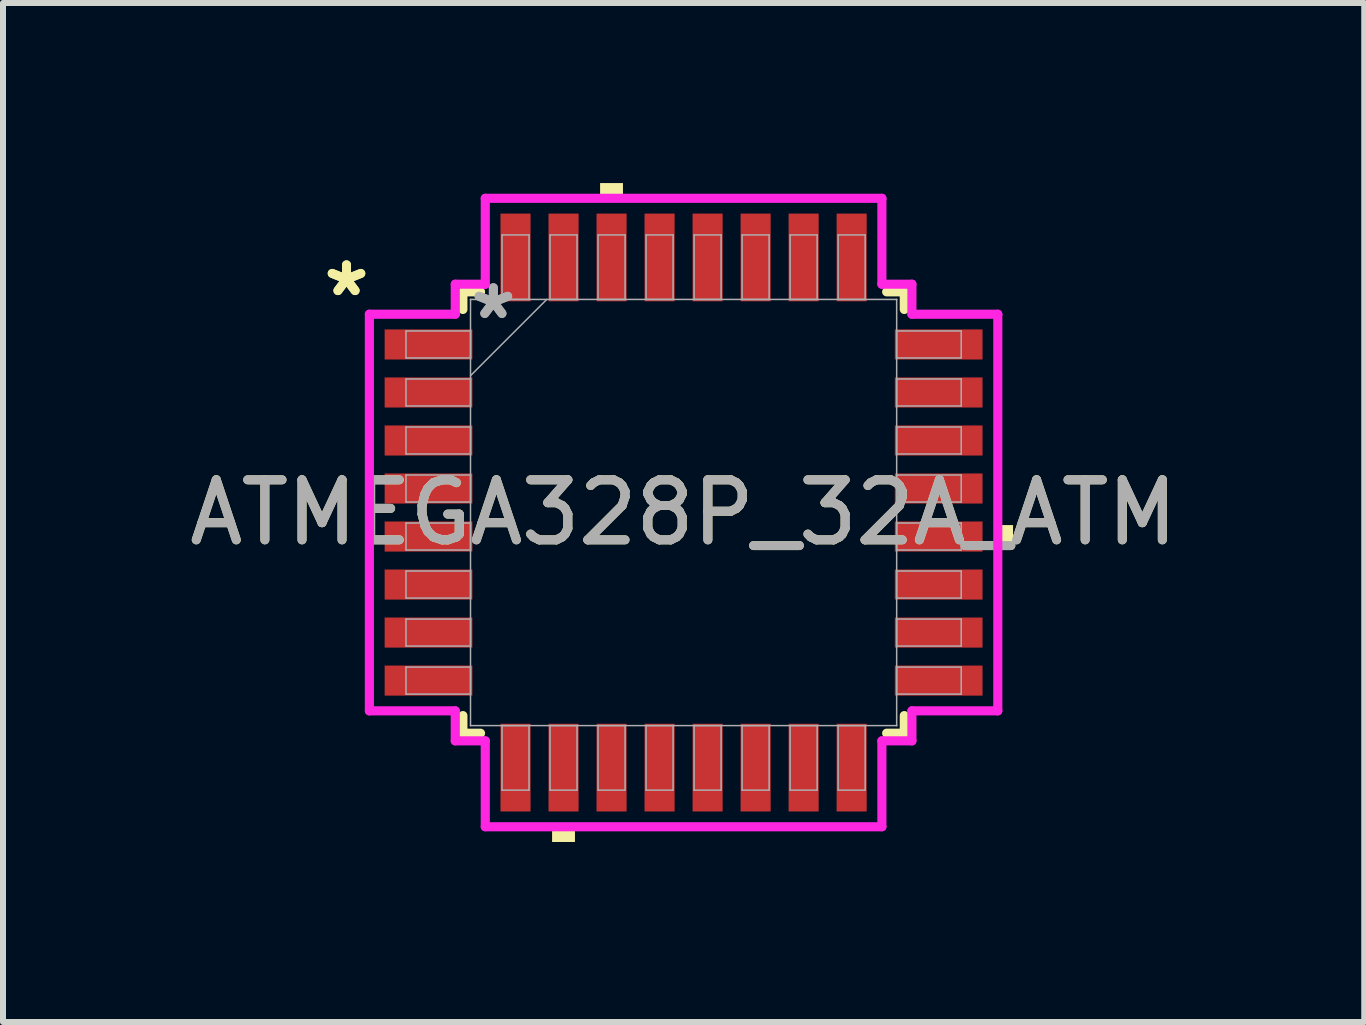
<source format=kicad_pcb>
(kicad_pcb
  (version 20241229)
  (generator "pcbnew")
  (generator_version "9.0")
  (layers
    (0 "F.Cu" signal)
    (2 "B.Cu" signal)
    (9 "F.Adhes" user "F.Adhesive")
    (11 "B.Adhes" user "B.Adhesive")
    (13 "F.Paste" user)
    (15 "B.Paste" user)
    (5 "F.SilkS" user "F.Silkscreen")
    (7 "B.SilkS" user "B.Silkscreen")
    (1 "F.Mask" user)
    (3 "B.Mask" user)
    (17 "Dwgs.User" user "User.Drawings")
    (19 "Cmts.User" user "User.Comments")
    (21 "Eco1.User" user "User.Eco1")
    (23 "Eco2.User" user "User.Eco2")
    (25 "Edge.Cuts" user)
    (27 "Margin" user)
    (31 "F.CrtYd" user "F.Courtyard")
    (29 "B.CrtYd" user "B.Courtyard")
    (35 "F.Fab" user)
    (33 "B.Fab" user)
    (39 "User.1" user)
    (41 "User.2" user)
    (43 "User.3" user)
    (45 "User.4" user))
  (footprint "ATMEGA328P_32A_ATM"
    (layer "F.Cu")
    (at 8.339 5.489)
    (property "Reference" "ATMEGA328P_32A_ATM" (at 0 0 0) (unlocked yes) (layer "F.SilkS") (effects (font (size 1 1) (thickness 0.15))))
    (attr smd)
    (fp_line (start -3.677 -3.677) (end -3.677 -3.383) (stroke (width 0.152) (type solid)) (layer "F.SilkS"))
    (fp_line (start -3.677 3.383) (end -3.677 3.677) (stroke (width 0.152) (type solid)) (layer "F.SilkS"))
    (fp_line (start -3.677 3.677) (end -3.383 3.677) (stroke (width 0.152) (type solid)) (layer "F.SilkS"))
    (fp_line (start -3.383 -3.677) (end -3.677 -3.677) (stroke (width 0.152) (type solid)) (layer "F.SilkS"))
    (fp_line (start 3.383 3.677) (end 3.677 3.677) (stroke (width 0.152) (type solid)) (layer "F.SilkS"))
    (fp_line (start 3.677 -3.677) (end 3.383 -3.677) (stroke (width 0.152) (type solid)) (layer "F.SilkS"))
    (fp_line (start 3.677 -3.383) (end 3.677 -3.677) (stroke (width 0.152) (type solid)) (layer "F.SilkS"))
    (fp_line (start 3.677 3.677) (end 3.677 3.383) (stroke (width 0.152) (type solid)) (layer "F.SilkS"))
    (fp_poly (pts (xy -2.191 5.235) (xy -2.191 5.489) (xy -1.81 5.489) (xy -1.81 5.235)) (stroke (width 0) (type solid)) (fill yes) (layer "F.SilkS"))
    (fp_poly (pts (xy -1.391 -5.235) (xy -1.391 -5.489) (xy -1.01 -5.489) (xy -1.01 -5.235)) (stroke (width 0) (type solid)) (fill yes) (layer "F.SilkS"))
    (fp_poly (pts (xy 5.489 0.209) (xy 5.489 0.59) (xy 5.235 0.59) (xy 5.235 0.209)) (stroke (width 0) (type solid)) (fill yes) (layer "F.SilkS"))
    (fp_line (start -5.235 -3.304) (end -3.804 -3.304) (stroke (width 0.152) (type solid)) (layer "F.CrtYd"))
    (fp_line (start -5.235 3.304) (end -5.235 -3.304) (stroke (width 0.152) (type solid)) (layer "F.CrtYd"))
    (fp_line (start -3.804 -3.804) (end -3.304 -3.804) (stroke (width 0.152) (type solid)) (layer "F.CrtYd"))
    (fp_line (start -3.804 -3.304) (end -3.804 -3.804) (stroke (width 0.152) (type solid)) (layer "F.CrtYd"))
    (fp_line (start -3.804 3.304) (end -5.235 3.304) (stroke (width 0.152) (type solid)) (layer "F.CrtYd"))
    (fp_line (start -3.804 3.804) (end -3.804 3.304) (stroke (width 0.152) (type solid)) (layer "F.CrtYd"))
    (fp_line (start -3.804 3.804) (end -3.304 3.804) (stroke (width 0.152) (type solid)) (layer "F.CrtYd"))
    (fp_line (start -3.304 -5.235) (end 3.304 -5.235) (stroke (width 0.152) (type solid)) (layer "F.CrtYd"))
    (fp_line (start -3.304 -3.804) (end -3.304 -5.235) (stroke (width 0.152) (type solid)) (layer "F.CrtYd"))
    (fp_line (start -3.304 3.804) (end -3.304 5.235) (stroke (width 0.152) (type solid)) (layer "F.CrtYd"))
    (fp_line (start -3.304 5.235) (end 3.304 5.235) (stroke (width 0.152) (type solid)) (layer "F.CrtYd"))
    (fp_line (start 3.304 -5.235) (end 3.304 -3.804) (stroke (width 0.152) (type solid)) (layer "F.CrtYd"))
    (fp_line (start 3.304 -3.804) (end 3.804 -3.804) (stroke (width 0.152) (type solid)) (layer "F.CrtYd"))
    (fp_line (start 3.304 3.804) (end 3.804 3.804) (stroke (width 0.152) (type solid)) (layer "F.CrtYd"))
    (fp_line (start 3.304 5.235) (end 3.304 3.804) (stroke (width 0.152) (type solid)) (layer "F.CrtYd"))
    (fp_line (start 3.804 -3.304) (end 3.804 -3.804) (stroke (width 0.152) (type solid)) (layer "F.CrtYd"))
    (fp_line (start 3.804 3.304) (end 5.235 3.304) (stroke (width 0.152) (type solid)) (layer "F.CrtYd"))
    (fp_line (start 3.804 3.804) (end 3.804 3.304) (stroke (width 0.152) (type solid)) (layer "F.CrtYd"))
    (fp_line (start 5.235 -3.304) (end 3.804 -3.304) (stroke (width 0.152) (type solid)) (layer "F.CrtYd"))
    (fp_line (start 5.235 3.304) (end 5.235 -3.304) (stroke (width 0.152) (type solid)) (layer "F.CrtYd"))
    (fp_line (start -4.625 -3.025) (end -4.625 -2.575) (stroke (width 0.025) (type solid)) (layer "F.Fab"))
    (fp_line (start -4.625 -2.575) (end -3.55 -2.575) (stroke (width 0.025) (type solid)) (layer "F.Fab"))
    (fp_line (start -4.625 -2.225) (end -4.625 -1.775) (stroke (width 0.025) (type solid)) (layer "F.Fab"))
    (fp_line (start -4.625 -1.775) (end -3.55 -1.775) (stroke (width 0.025) (type solid)) (layer "F.Fab"))
    (fp_line (start -4.625 -1.425) (end -4.625 -0.975) (stroke (width 0.025) (type solid)) (layer "F.Fab"))
    (fp_line (start -4.625 -0.975) (end -3.55 -0.975) (stroke (width 0.025) (type solid)) (layer "F.Fab"))
    (fp_line (start -4.625 -0.625) (end -4.625 -0.175) (stroke (width 0.025) (type solid)) (layer "F.Fab"))
    (fp_line (start -4.625 -0.175) (end -3.55 -0.175) (stroke (width 0.025) (type solid)) (layer "F.Fab"))
    (fp_line (start -4.625 0.175) (end -4.625 0.625) (stroke (width 0.025) (type solid)) (layer "F.Fab"))
    (fp_line (start -4.625 0.625) (end -3.55 0.625) (stroke (width 0.025) (type solid)) (layer "F.Fab"))
    (fp_line (start -4.625 0.975) (end -4.625 1.425) (stroke (width 0.025) (type solid)) (layer "F.Fab"))
    (fp_line (start -4.625 1.425) (end -3.55 1.425) (stroke (width 0.025) (type solid)) (layer "F.Fab"))
    (fp_line (start -4.625 1.775) (end -4.625 2.225) (stroke (width 0.025) (type solid)) (layer "F.Fab"))
    (fp_line (start -4.625 2.225) (end -3.55 2.225) (stroke (width 0.025) (type solid)) (layer "F.Fab"))
    (fp_line (start -4.625 2.575) (end -4.625 3.025) (stroke (width 0.025) (type solid)) (layer "F.Fab"))
    (fp_line (start -4.625 3.025) (end -3.55 3.025) (stroke (width 0.025) (type solid)) (layer "F.Fab"))
    (fp_line (start -3.55 -3.55) (end -3.55 -3.55) (stroke (width 0.025) (type solid)) (layer "F.Fab"))
    (fp_line (start -3.55 -3.55) (end -3.55 3.55) (stroke (width 0.025) (type solid)) (layer "F.Fab"))
    (fp_line (start -3.55 -3.025) (end -4.625 -3.025) (stroke (width 0.025) (type solid)) (layer "F.Fab"))
    (fp_line (start -3.55 -2.575) (end -3.55 -3.025) (stroke (width 0.025) (type solid)) (layer "F.Fab"))
    (fp_line (start -3.55 -2.28) (end -2.28 -3.55) (stroke (width 0.025) (type solid)) (layer "F.Fab"))
    (fp_line (start -3.55 -2.225) (end -4.625 -2.225) (stroke (width 0.025) (type solid)) (layer "F.Fab"))
    (fp_line (start -3.55 -1.775) (end -3.55 -2.225) (stroke (width 0.025) (type solid)) (layer "F.Fab"))
    (fp_line (start -3.55 -1.425) (end -4.625 -1.425) (stroke (width 0.025) (type solid)) (layer "F.Fab"))
    (fp_line (start -3.55 -0.975) (end -3.55 -1.425) (stroke (width 0.025) (type solid)) (layer "F.Fab"))
    (fp_line (start -3.55 -0.625) (end -4.625 -0.625) (stroke (width 0.025) (type solid)) (layer "F.Fab"))
    (fp_line (start -3.55 -0.175) (end -3.55 -0.625) (stroke (width 0.025) (type solid)) (layer "F.Fab"))
    (fp_line (start -3.55 0.175) (end -4.625 0.175) (stroke (width 0.025) (type solid)) (layer "F.Fab"))
    (fp_line (start -3.55 0.625) (end -3.55 0.175) (stroke (width 0.025) (type solid)) (layer "F.Fab"))
    (fp_line (start -3.55 0.975) (end -4.625 0.975) (stroke (width 0.025) (type solid)) (layer "F.Fab"))
    (fp_line (start -3.55 1.425) (end -3.55 0.975) (stroke (width 0.025) (type solid)) (layer "F.Fab"))
    (fp_line (start -3.55 1.775) (end -4.625 1.775) (stroke (width 0.025) (type solid)) (layer "F.Fab"))
    (fp_line (start -3.55 2.225) (end -3.55 1.775) (stroke (width 0.025) (type solid)) (layer "F.Fab"))
    (fp_line (start -3.55 2.575) (end -4.625 2.575) (stroke (width 0.025) (type solid)) (layer "F.Fab"))
    (fp_line (start -3.55 3.025) (end -3.55 2.575) (stroke (width 0.025) (type solid)) (layer "F.Fab"))
    (fp_line (start -3.55 3.55) (end -3.55 3.55) (stroke (width 0.025) (type solid)) (layer "F.Fab"))
    (fp_line (start -3.55 3.55) (end 3.55 3.55) (stroke (width 0.025) (type solid)) (layer "F.Fab"))
    (fp_line (start -3.025 -4.625) (end -3.025 -3.55) (stroke (width 0.025) (type solid)) (layer "F.Fab"))
    (fp_line (start -3.025 -3.55) (end -2.575 -3.55) (stroke (width 0.025) (type solid)) (layer "F.Fab"))
    (fp_line (start -3.025 3.55) (end -3.025 4.625) (stroke (width 0.025) (type solid)) (layer "F.Fab"))
    (fp_line (start -3.025 4.625) (end -2.575 4.625) (stroke (width 0.025) (type solid)) (layer "F.Fab"))
    (fp_line (start -2.575 3.55) (end -3.025 3.55) (stroke (width 0.025) (type solid)) (layer "F.Fab"))
    (fp_line (start -2.575 4.625) (end -2.575 3.55) (stroke (width 0.025) (type solid)) (layer "F.Fab"))
    (fp_line (start -2.575 -4.625) (end -3.025 -4.625) (stroke (width 0.025) (type solid)) (layer "F.Fab"))
    (fp_line (start -2.575 -3.55) (end -2.575 -4.625) (stroke (width 0.025) (type solid)) (layer "F.Fab"))
    (fp_line (start -2.225 -4.625) (end -2.225 -3.55) (stroke (width 0.025) (type solid)) (layer "F.Fab"))
    (fp_line (start -2.225 -3.55) (end -1.775 -3.55) (stroke (width 0.025) (type solid)) (layer "F.Fab"))
    (fp_line (start -2.225 3.55) (end -2.225 4.625) (stroke (width 0.025) (type solid)) (layer "F.Fab"))
    (fp_line (start -2.225 4.625) (end -1.775 4.625) (stroke (width 0.025) (type solid)) (layer "F.Fab"))
    (fp_line (start -1.775 -4.625) (end -2.225 -4.625) (stroke (width 0.025) (type solid)) (layer "F.Fab"))
    (fp_line (start -1.775 -3.55) (end -1.775 -4.625) (stroke (width 0.025) (type solid)) (layer "F.Fab"))
    (fp_line (start -1.775 3.55) (end -2.225 3.55) (stroke (width 0.025) (type solid)) (layer "F.Fab"))
    (fp_line (start -1.775 4.625) (end -1.775 3.55) (stroke (width 0.025) (type solid)) (layer "F.Fab"))
    (fp_line (start -1.425 -4.625) (end -1.425 -3.55) (stroke (width 0.025) (type solid)) (layer "F.Fab"))
    (fp_line (start -1.425 -3.55) (end -0.975 -3.55) (stroke (width 0.025) (type solid)) (layer "F.Fab"))
    (fp_line (start -1.425 3.55) (end -1.425 4.625) (stroke (width 0.025) (type solid)) (layer "F.Fab"))
    (fp_line (start -1.425 4.625) (end -0.975 4.625) (stroke (width 0.025) (type solid)) (layer "F.Fab"))
    (fp_line (start -0.975 -4.625) (end -1.425 -4.625) (stroke (width 0.025) (type solid)) (layer "F.Fab"))
    (fp_line (start -0.975 -3.55) (end -0.975 -4.625) (stroke (width 0.025) (type solid)) (layer "F.Fab"))
    (fp_line (start -0.975 3.55) (end -1.425 3.55) (stroke (width 0.025) (type solid)) (layer "F.Fab"))
    (fp_line (start -0.975 4.625) (end -0.975 3.55) (stroke (width 0.025) (type solid)) (layer "F.Fab"))
    (fp_line (start -0.625 -4.625) (end -0.625 -3.55) (stroke (width 0.025) (type solid)) (layer "F.Fab"))
    (fp_line (start -0.625 -3.55) (end -0.175 -3.55) (stroke (width 0.025) (type solid)) (layer "F.Fab"))
    (fp_line (start -0.625 3.55) (end -0.625 4.625) (stroke (width 0.025) (type solid)) (layer "F.Fab"))
    (fp_line (start -0.625 4.625) (end -0.175 4.625) (stroke (width 0.025) (type solid)) (layer "F.Fab"))
    (fp_line (start -0.175 -4.625) (end -0.625 -4.625) (stroke (width 0.025) (type solid)) (layer "F.Fab"))
    (fp_line (start -0.175 -3.55) (end -0.175 -4.625) (stroke (width 0.025) (type solid)) (layer "F.Fab"))
    (fp_line (start -0.175 3.55) (end -0.625 3.55) (stroke (width 0.025) (type solid)) (layer "F.Fab"))
    (fp_line (start -0.175 4.625) (end -0.175 3.55) (stroke (width 0.025) (type solid)) (layer "F.Fab"))
    (fp_line (start 0.175 -4.625) (end 0.175 -3.55) (stroke (width 0.025) (type solid)) (layer "F.Fab"))
    (fp_line (start 0.175 -3.55) (end 0.625 -3.55) (stroke (width 0.025) (type solid)) (layer "F.Fab"))
    (fp_line (start 0.175 3.55) (end 0.175 4.625) (stroke (width 0.025) (type solid)) (layer "F.Fab"))
    (fp_line (start 0.175 4.625) (end 0.625 4.625) (stroke (width 0.025) (type solid)) (layer "F.Fab"))
    (fp_line (start 0.625 -4.625) (end 0.175 -4.625) (stroke (width 0.025) (type solid)) (layer "F.Fab"))
    (fp_line (start 0.625 -3.55) (end 0.625 -4.625) (stroke (width 0.025) (type solid)) (layer "F.Fab"))
    (fp_line (start 0.625 3.55) (end 0.175 3.55) (stroke (width 0.025) (type solid)) (layer "F.Fab"))
    (fp_line (start 0.625 4.625) (end 0.625 3.55) (stroke (width 0.025) (type solid)) (layer "F.Fab"))
    (fp_line (start 0.975 -4.625) (end 0.975 -3.55) (stroke (width 0.025) (type solid)) (layer "F.Fab"))
    (fp_line (start 0.975 -3.55) (end 1.425 -3.55) (stroke (width 0.025) (type solid)) (layer "F.Fab"))
    (fp_line (start 0.975 3.55) (end 0.975 4.625) (stroke (width 0.025) (type solid)) (layer "F.Fab"))
    (fp_line (start 0.975 4.625) (end 1.425 4.625) (stroke (width 0.025) (type solid)) (layer "F.Fab"))
    (fp_line (start 1.425 -4.625) (end 0.975 -4.625) (stroke (width 0.025) (type solid)) (layer "F.Fab"))
    (fp_line (start 1.425 -3.55) (end 1.425 -4.625) (stroke (width 0.025) (type solid)) (layer "F.Fab"))
    (fp_line (start 1.425 3.55) (end 0.975 3.55) (stroke (width 0.025) (type solid)) (layer "F.Fab"))
    (fp_line (start 1.425 4.625) (end 1.425 3.55) (stroke (width 0.025) (type solid)) (layer "F.Fab"))
    (fp_line (start 1.775 -4.625) (end 1.775 -3.55) (stroke (width 0.025) (type solid)) (layer "F.Fab"))
    (fp_line (start 1.775 -3.55) (end 2.225 -3.55) (stroke (width 0.025) (type solid)) (layer "F.Fab"))
    (fp_line (start 1.775 3.55) (end 1.775 4.625) (stroke (width 0.025) (type solid)) (layer "F.Fab"))
    (fp_line (start 1.775 4.625) (end 2.225 4.625) (stroke (width 0.025) (type solid)) (layer "F.Fab"))
    (fp_line (start 2.225 -4.625) (end 1.775 -4.625) (stroke (width 0.025) (type solid)) (layer "F.Fab"))
    (fp_line (start 2.225 -3.55) (end 2.225 -4.625) (stroke (width 0.025) (type solid)) (layer "F.Fab"))
    (fp_line (start 2.225 3.55) (end 1.775 3.55) (stroke (width 0.025) (type solid)) (layer "F.Fab"))
    (fp_line (start 2.225 4.625) (end 2.225 3.55) (stroke (width 0.025) (type solid)) (layer "F.Fab"))
    (fp_line (start 2.575 3.55) (end 2.575 4.625) (stroke (width 0.025) (type solid)) (layer "F.Fab"))
    (fp_line (start 2.575 4.625) (end 3.025 4.625) (stroke (width 0.025) (type solid)) (layer "F.Fab"))
    (fp_line (start 2.575 -4.625) (end 2.575 -3.55) (stroke (width 0.025) (type solid)) (layer "F.Fab"))
    (fp_line (start 2.575 -3.55) (end 3.025 -3.55) (stroke (width 0.025) (type solid)) (layer "F.Fab"))
    (fp_line (start 3.025 -4.625) (end 2.575 -4.625) (stroke (width 0.025) (type solid)) (layer "F.Fab"))
    (fp_line (start 3.025 -3.55) (end 3.025 -4.625) (stroke (width 0.025) (type solid)) (layer "F.Fab"))
    (fp_line (start 3.025 3.55) (end 2.575 3.55) (stroke (width 0.025) (type solid)) (layer "F.Fab"))
    (fp_line (start 3.025 4.625) (end 3.025 3.55) (stroke (width 0.025) (type solid)) (layer "F.Fab"))
    (fp_line (start 3.55 -3.55) (end -3.55 -3.55) (stroke (width 0.025) (type solid)) (layer "F.Fab"))
    (fp_line (start 3.55 -3.55) (end 3.55 -3.55) (stroke (width 0.025) (type solid)) (layer "F.Fab"))
    (fp_line (start 3.55 -3.025) (end 3.55 -2.575) (stroke (width 0.025) (type solid)) (layer "F.Fab"))
    (fp_line (start 3.55 -2.575) (end 4.625 -2.575) (stroke (width 0.025) (type solid)) (layer "F.Fab"))
    (fp_line (start 3.55 -2.225) (end 3.55 -1.775) (stroke (width 0.025) (type solid)) (layer "F.Fab"))
    (fp_line (start 3.55 -1.775) (end 4.625 -1.775) (stroke (width 0.025) (type solid)) (layer "F.Fab"))
    (fp_line (start 3.55 -1.425) (end 3.55 -0.975) (stroke (width 0.025) (type solid)) (layer "F.Fab"))
    (fp_line (start 3.55 -0.975) (end 4.625 -0.975) (stroke (width 0.025) (type solid)) (layer "F.Fab"))
    (fp_line (start 3.55 -0.625) (end 3.55 -0.175) (stroke (width 0.025) (type solid)) (layer "F.Fab"))
    (fp_line (start 3.55 -0.175) (end 4.625 -0.175) (stroke (width 0.025) (type solid)) (layer "F.Fab"))
    (fp_line (start 3.55 0.175) (end 3.55 0.625) (stroke (width 0.025) (type solid)) (layer "F.Fab"))
    (fp_line (start 3.55 0.625) (end 4.625 0.625) (stroke (width 0.025) (type solid)) (layer "F.Fab"))
    (fp_line (start 3.55 0.975) (end 3.55 1.425) (stroke (width 0.025) (type solid)) (layer "F.Fab"))
    (fp_line (start 3.55 1.425) (end 4.625 1.425) (stroke (width 0.025) (type solid)) (layer "F.Fab"))
    (fp_line (start 3.55 1.775) (end 3.55 2.225) (stroke (width 0.025) (type solid)) (layer "F.Fab"))
    (fp_line (start 3.55 2.225) (end 4.625 2.225) (stroke (width 0.025) (type solid)) (layer "F.Fab"))
    (fp_line (start 3.55 2.575) (end 3.55 3.025) (stroke (width 0.025) (type solid)) (layer "F.Fab"))
    (fp_line (start 3.55 3.025) (end 4.625 3.025) (stroke (width 0.025) (type solid)) (layer "F.Fab"))
    (fp_line (start 3.55 3.55) (end 3.55 -3.55) (stroke (width 0.025) (type solid)) (layer "F.Fab"))
    (fp_line (start 3.55 3.55) (end 3.55 3.55) (stroke (width 0.025) (type solid)) (layer "F.Fab"))
    (fp_line (start 4.625 -3.025) (end 3.55 -3.025) (stroke (width 0.025) (type solid)) (layer "F.Fab"))
    (fp_line (start 4.625 -2.575) (end 4.625 -3.025) (stroke (width 0.025) (type solid)) (layer "F.Fab"))
    (fp_line (start 4.625 -2.225) (end 3.55 -2.225) (stroke (width 0.025) (type solid)) (layer "F.Fab"))
    (fp_line (start 4.625 -1.775) (end 4.625 -2.225) (stroke (width 0.025) (type solid)) (layer "F.Fab"))
    (fp_line (start 4.625 -1.425) (end 3.55 -1.425) (stroke (width 0.025) (type solid)) (layer "F.Fab"))
    (fp_line (start 4.625 -0.975) (end 4.625 -1.425) (stroke (width 0.025) (type solid)) (layer "F.Fab"))
    (fp_line (start 4.625 -0.625) (end 3.55 -0.625) (stroke (width 0.025) (type solid)) (layer "F.Fab"))
    (fp_line (start 4.625 -0.175) (end 4.625 -0.625) (stroke (width 0.025) (type solid)) (layer "F.Fab"))
    (fp_line (start 4.625 0.175) (end 3.55 0.175) (stroke (width 0.025) (type solid)) (layer "F.Fab"))
    (fp_line (start 4.625 0.625) (end 4.625 0.175) (stroke (width 0.025) (type solid)) (layer "F.Fab"))
    (fp_line (start 4.625 0.975) (end 3.55 0.975) (stroke (width 0.025) (type solid)) (layer "F.Fab"))
    (fp_line (start 4.625 1.425) (end 4.625 0.975) (stroke (width 0.025) (type solid)) (layer "F.Fab"))
    (fp_line (start 4.625 1.775) (end 3.55 1.775) (stroke (width 0.025) (type solid)) (layer "F.Fab"))
    (fp_line (start 4.625 2.225) (end 4.625 1.775) (stroke (width 0.025) (type solid)) (layer "F.Fab"))
    (fp_line (start 4.625 2.575) (end 3.55 2.575) (stroke (width 0.025) (type solid)) (layer "F.Fab"))
    (fp_line (start 4.625 3.025) (end 4.625 2.575) (stroke (width 0.025) (type solid)) (layer "F.Fab"))
    (fp_text user "*" (at -5.616 -3.581 0) (layer "F.SilkS") (effects (font (size 1 1) (thickness 0.15))))
    (fp_text user "*" (at -5.616 -3.581 0) (unlocked yes) (layer "F.SilkS") (effects (font (size 1 1) (thickness 0.15))))
    (fp_text user "*" (at -3.169 -3.2 0) (unlocked yes) (layer "F.Fab") (effects (font (size 1 1) (thickness 0.15))))
    (fp_text user "${REFERENCE}" (at 0 0 0) (unlocked yes) (layer "F.Fab") (effects (font (size 1 1) (thickness 0.15))))
    (fp_text user "*" (at -3.169 -3.2 0) (layer "F.Fab") (effects (font (size 1 1) (thickness 0.15))))
    (pad "1" smd rect (at -4.25 -2.8 90) (size 0.501 1.461) (layers "F.Cu" "F.Mask" "F.Paste"))
    (pad "2" smd rect (at -4.25 -2 90) (size 0.501 1.461) (layers "F.Cu" "F.Mask" "F.Paste"))
    (pad "3" smd rect (at -4.25 -1.2 90) (size 0.501 1.461) (layers "F.Cu" "F.Mask" "F.Paste"))
    (pad "4" smd rect (at -4.25 -0.4 90) (size 0.501 1.461) (layers "F.Cu" "F.Mask" "F.Paste"))
    (pad "5" smd rect (at -4.25 0.4 90) (size 0.501 1.461) (layers "F.Cu" "F.Mask" "F.Paste"))
    (pad "6" smd rect (at -4.25 1.2 90) (size 0.501 1.461) (layers "F.Cu" "F.Mask" "F.Paste"))
    (pad "7" smd rect (at -4.25 2 90) (size 0.501 1.461) (layers "F.Cu" "F.Mask" "F.Paste"))
    (pad "8" smd rect (at -4.25 2.8 90) (size 0.501 1.461) (layers "F.Cu" "F.Mask" "F.Paste"))
    (pad "9" smd rect (at -2.8 4.25) (size 0.501 1.461) (layers "F.Cu" "F.Mask" "F.Paste"))
    (pad "10" smd rect (at -2 4.25) (size 0.501 1.461) (layers "F.Cu" "F.Mask" "F.Paste"))
    (pad "11" smd rect (at -1.2 4.25) (size 0.501 1.461) (layers "F.Cu" "F.Mask" "F.Paste"))
    (pad "12" smd rect (at -0.4 4.25) (size 0.501 1.461) (layers "F.Cu" "F.Mask" "F.Paste"))
    (pad "13" smd rect (at 0.4 4.25) (size 0.501 1.461) (layers "F.Cu" "F.Mask" "F.Paste"))
    (pad "14" smd rect (at 1.2 4.25) (size 0.501 1.461) (layers "F.Cu" "F.Mask" "F.Paste"))
    (pad "15" smd rect (at 2 4.25) (size 0.501 1.461) (layers "F.Cu" "F.Mask" "F.Paste"))
    (pad "16" smd rect (at 2.8 4.25) (size 0.501 1.461) (layers "F.Cu" "F.Mask" "F.Paste"))
    (pad "17" smd rect (at 4.25 2.8 90) (size 0.501 1.461) (layers "F.Cu" "F.Mask" "F.Paste"))
    (pad "18" smd rect (at 4.25 2 90) (size 0.501 1.461) (layers "F.Cu" "F.Mask" "F.Paste"))
    (pad "19" smd rect (at 4.25 1.2 90) (size 0.501 1.461) (layers "F.Cu" "F.Mask" "F.Paste"))
    (pad "20" smd rect (at 4.25 0.4 90) (size 0.501 1.461) (layers "F.Cu" "F.Mask" "F.Paste"))
    (pad "21" smd rect (at 4.25 -0.4 90) (size 0.501 1.461) (layers "F.Cu" "F.Mask" "F.Paste"))
    (pad "22" smd rect (at 4.25 -1.2 90) (size 0.501 1.461) (layers "F.Cu" "F.Mask" "F.Paste"))
    (pad "23" smd rect (at 4.25 -2 90) (size 0.501 1.461) (layers "F.Cu" "F.Mask" "F.Paste"))
    (pad "24" smd rect (at 4.25 -2.8 90) (size 0.501 1.461) (layers "F.Cu" "F.Mask" "F.Paste"))
    (pad "25" smd rect (at 2.8 -4.25) (size 0.501 1.461) (layers "F.Cu" "F.Mask" "F.Paste"))
    (pad "26" smd rect (at 2 -4.25) (size 0.501 1.461) (layers "F.Cu" "F.Mask" "F.Paste"))
    (pad "27" smd rect (at 1.2 -4.25) (size 0.501 1.461) (layers "F.Cu" "F.Mask" "F.Paste"))
    (pad "28" smd rect (at 0.4 -4.25) (size 0.501 1.461) (layers "F.Cu" "F.Mask" "F.Paste"))
    (pad "29" smd rect (at -0.4 -4.25) (size 0.501 1.461) (layers "F.Cu" "F.Mask" "F.Paste"))
    (pad "30" smd rect (at -1.2 -4.25) (size 0.501 1.461) (layers "F.Cu" "F.Mask" "F.Paste"))
    (pad "31" smd rect (at -2 -4.25) (size 0.501 1.461) (layers "F.Cu" "F.Mask" "F.Paste"))
    (pad "32" smd rect (at -2.8 -4.25) (size 0.501 1.461) (layers "F.Cu" "F.Mask" "F.Paste")))
  (gr_rect
    (start -3 -3)
    (end 19.679 13.977)
    (stroke (width 0.1) (type default))
    (fill no)
    (layer "Edge.Cuts")))
</source>
